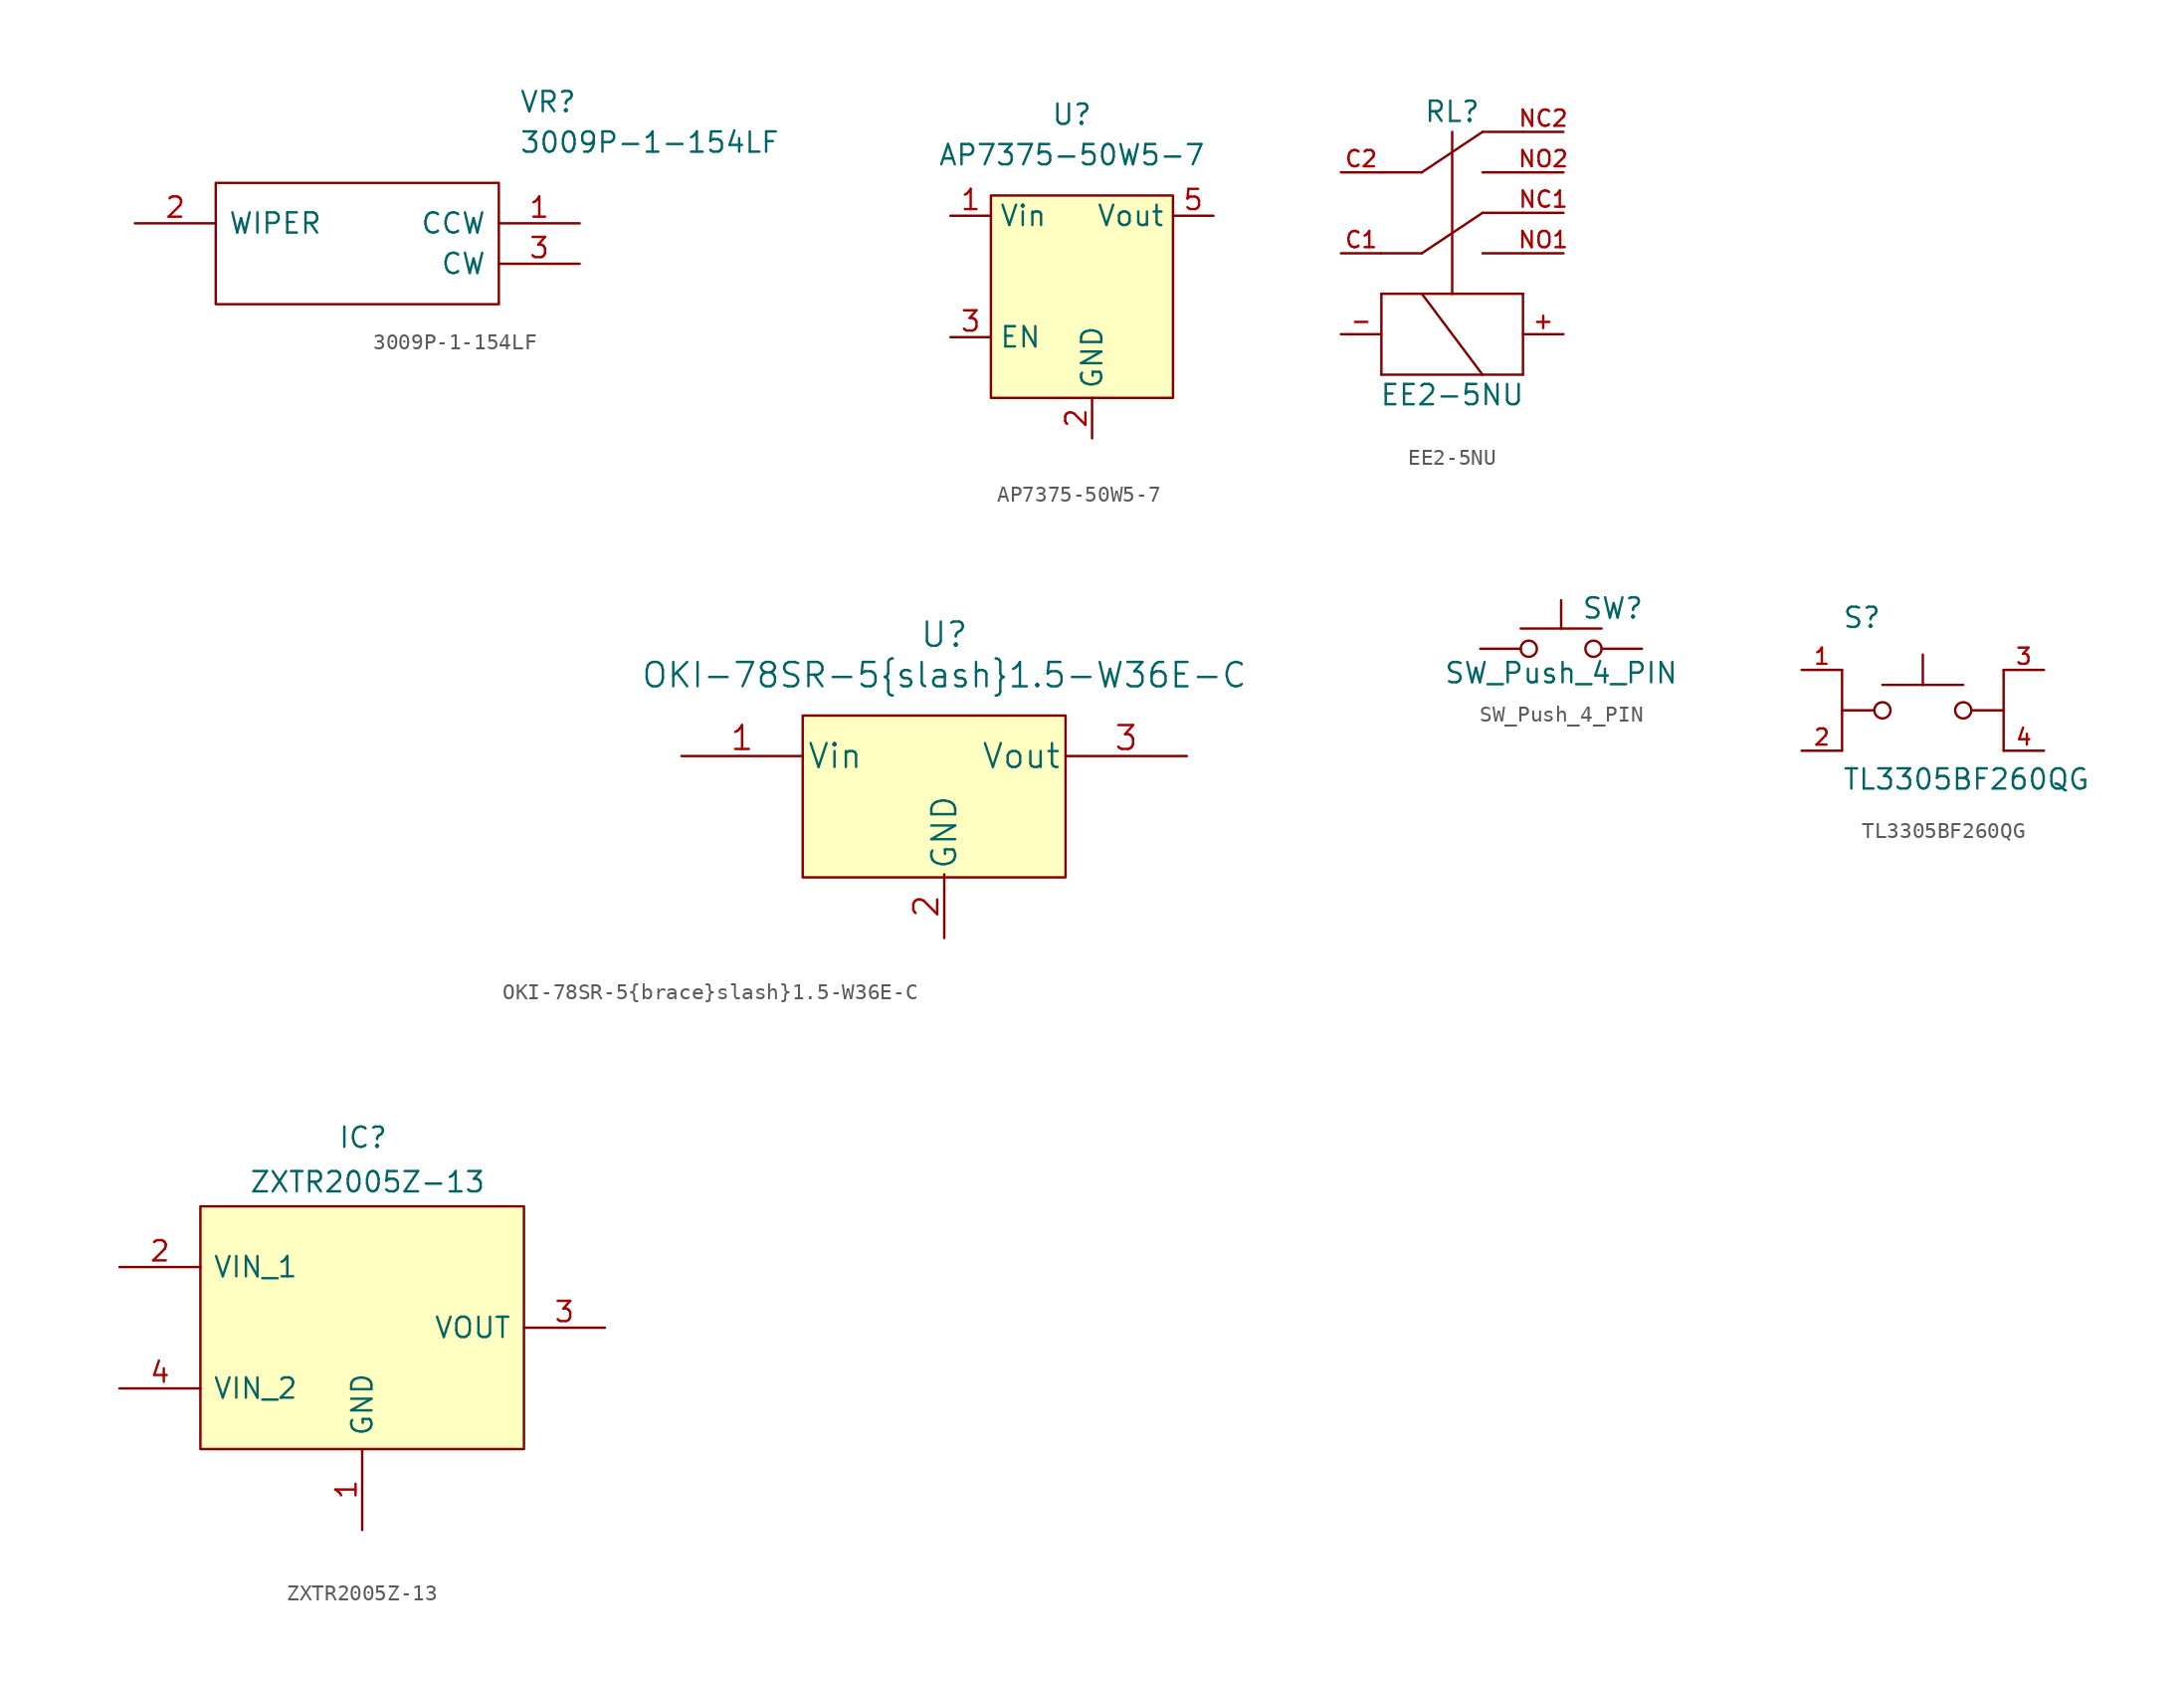
<source format=kicad_sym>
(kicad_symbol_lib
  (version 20231120)
  (generator "kicad_symbol_editor")
  (generator_version "8.0")
  (symbol "3009P-1-154LF"
    (pin_names
      (offset 0.762))
    (property "Reference" "VR"
      (at 24.13 7.62 0)
      (effects (font (size 1.27 1.27)) (justify left)))
    (property "Value" "3009P-1-154LF"
      (at 24.13 5.08 0)
      (effects (font (size 1.27 1.27)) (justify left)))
    (symbol "3009P-1-154LF_0_0"
      (pin passive line (at 27.94 0 180) (length 5.08) (name "CCW" (effects (font (size 1.27 1.27)))) (number "1" (effects (font (size 1.27 1.27)))))
      (pin passive line (at 0 0 0) (length 5.08) (name "WIPER" (effects (font (size 1.27 1.27)))) (number "2" (effects (font (size 1.27 1.27)))))
      (pin passive line (at 27.94 -2.54 180) (length 5.08) (name "CW" (effects (font (size 1.27 1.27)))) (number "3" (effects (font (size 1.27 1.27))))))
    (symbol "3009P-1-154LF_0_1"
      (polyline (pts (xy 5.08 2.54) (xy 22.86 2.54) (xy 22.86 -5.08) (xy 5.08 -5.08) (xy 5.08 2.54)) (stroke (width 0.152) (type solid)) (fill (type none)))))
  (symbol "AP7375-50W5-7"
    (property "Reference" "U"
      (at 0 10.16 0)
      (effects (font (size 1.27 1.27))))
    (property "Value" "AP7375-50W5-7"
      (at 0 7.62 0)
      (effects (font (size 1.27 1.27))))
    (symbol "AP7375-50W5-7_0_1"
      (rectangle (start -5.08 5.08) (end 6.35 -7.62) (stroke (width 0) (type default)) (fill (type background))))
    (symbol "AP7375-50W5-7_1_1"
      (pin input line (at -7.62 3.81 0) (length 2.54) (name "Vin" (effects (font (size 1.27 1.27)))) (number "1" (effects (font (size 1.27 1.27)))))
      (pin passive line (at 1.27 -10.16 90) (length 2.54) (name "GND" (effects (font (size 1.27 1.27)))) (number "2" (effects (font (size 1.27 1.27)))))
      (pin input line (at -7.62 -3.81 0) (length 2.54) (name "EN" (effects (font (size 1.27 1.27)))) (number "3" (effects (font (size 1.27 1.27)))))
      (pin output line (at 8.89 3.81 180) (length 2.54) (name "Vout" (effects (font (size 1.27 1.27)))) (number "5" (effects (font (size 1.27 1.27)))))))
  (symbol "EE2-5NU"
    (pin_names
      (offset 1.016))
    (property "Reference" "RL"
      (at 1.905 8.89 0)
      (effects (font (size 1.27 1.27))))
    (property "Value" "EE2-5NU"
      (at 1.905 -8.89 0)
      (effects (font (size 1.27 1.27))))
    (symbol "EE2-5NU_0_0"
      (polyline (pts (xy -2.54 -7.62) (xy -2.54 -2.54)) (stroke (width 0.152) (type default)) (fill (type none)))
      (polyline (pts (xy -2.54 -2.54) (xy 0 -2.54)) (stroke (width 0.152) (type default)) (fill (type none)))
      (polyline (pts (xy -2.54 0) (xy 0 0)) (stroke (width 0.152) (type default)) (fill (type none)))
      (polyline (pts (xy -2.54 5.08) (xy 0 5.08)) (stroke (width 0.152) (type default)) (fill (type none)))
      (polyline (pts (xy 0 -2.54) (xy 1.905 -2.54)) (stroke (width 0.152) (type default)) (fill (type none)))
      (polyline (pts (xy 0 -2.54) (xy 3.81 -7.62)) (stroke (width 0.152) (type default)) (fill (type none)))
      (polyline (pts (xy 0 0) (xy 3.81 2.54)) (stroke (width 0.152) (type default)) (fill (type none)))
      (polyline (pts (xy 0 5.08) (xy 3.81 7.62)) (stroke (width 0.152) (type default)) (fill (type none)))
      (polyline (pts (xy 1.905 -2.54) (xy 1.905 7.62)) (stroke (width 0.152) (type default)) (fill (type none)))
      (polyline (pts (xy 1.905 -2.54) (xy 6.35 -2.54)) (stroke (width 0.152) (type default)) (fill (type none)))
      (polyline (pts (xy 3.81 -7.62) (xy -2.54 -7.62)) (stroke (width 0.152) (type default)) (fill (type none)))
      (polyline (pts (xy 3.81 0) (xy 6.35 0)) (stroke (width 0.152) (type default)) (fill (type none)))
      (polyline (pts (xy 3.81 2.54) (xy 6.35 2.54)) (stroke (width 0.152) (type default)) (fill (type none)))
      (polyline (pts (xy 3.81 5.08) (xy 6.35 5.08)) (stroke (width 0.152) (type default)) (fill (type none)))
      (polyline (pts (xy 3.81 7.62) (xy 6.35 7.62)) (stroke (width 0.152) (type default)) (fill (type none)))
      (polyline (pts (xy 6.35 -7.62) (xy 3.81 -7.62)) (stroke (width 0.152) (type default)) (fill (type none)))
      (polyline (pts (xy 6.35 -2.54) (xy 6.35 -7.62)) (stroke (width 0.152) (type default)) (fill (type none)))
      (pin bidirectional line (at 8.89 -5.08 180) (length 2.54) (name "~" (effects (font (size 1.016 1.016)))) (number "+" (effects (font (size 1.016 1.016)))))
      (pin bidirectional line (at -5.08 -5.08 0) (length 2.54) (name "~" (effects (font (size 1.016 1.016)))) (number "-" (effects (font (size 1.016 1.016)))))
      (pin bidirectional line (at -5.08 0 0) (length 2.54) (name "~" (effects (font (size 1.016 1.016)))) (number "C1" (effects (font (size 1.016 1.016)))))
      (pin bidirectional line (at -5.08 5.08 0) (length 2.54) (name "~" (effects (font (size 1.016 1.016)))) (number "C2" (effects (font (size 1.016 1.016)))))
      (pin bidirectional line (at 8.89 2.54 180) (length 2.54) (name "~" (effects (font (size 1.016 1.016)))) (number "NC1" (effects (font (size 1.016 1.016)))))
      (pin bidirectional line (at 8.89 7.62 180) (length 2.54) (name "~" (effects (font (size 1.016 1.016)))) (number "NC2" (effects (font (size 1.016 1.016)))))
      (pin bidirectional line (at 8.89 0 180) (length 2.54) (name "~" (effects (font (size 1.016 1.016)))) (number "NO1" (effects (font (size 1.016 1.016)))))
      (pin bidirectional line (at 8.89 5.08 180) (length 2.54) (name "~" (effects (font (size 1.016 1.016)))) (number "NO2" (effects (font (size 1.016 1.016)))))))
  (symbol "OKI-78SR-5{brace}slash}1.5-W36E-C"
    (pin_names
      (offset 0.254))
    (property "Reference" "U"
      (at 48.26 7.62 0)
      (effects (font (size 1.524 1.524))))
    (property "Value" "OKI-78SR-5{brace}slash}1.5-W36E-C"
      (at 48.26 5.08 0)
      (effects (font (size 1.524 1.524))))
    (property "Datasheet" ""
      (at 0 0 0)
      (effects (font (size 1.524 1.524))))
    (symbol "OKI-78SR-5{brace}slash}1.5-W36E-C_0_1"
      (rectangle (start 39.37 2.54) (end 55.88 -7.62) (stroke (width 0) (type default)) (fill (type background))))
    (symbol "OKI-78SR-5{brace}slash}1.5-W36E-C_1_1"
      (pin input line (at 31.75 0 0) (length 7.62) (name "Vin" (effects (font (size 1.499 1.499)))) (number "1" (effects (font (size 1.499 1.499)))))
      (pin power_in line (at 48.26 -11.43 90) (length 4) (name "GND" (effects (font (size 1.499 1.499)))) (number "2" (effects (font (size 1.499 1.499)))))
      (pin output line (at 63.5 0 180) (length 7.62) (name "Vout" (effects (font (size 1.499 1.499)))) (number "3" (effects (font (size 1.499 1.499)))))))
  (symbol "SW_Push_4_PIN"
    (pin_numbers hide)
    (pin_names
      (offset 1.016) hide)
    (property "Reference" "SW"
      (at 1.27 2.54 0)
      (effects (font (size 1.27 1.27)) (justify left)))
    (property "Value" "SW_Push_4_PIN"
      (at 0 -1.524 0)
      (effects (font (size 1.27 1.27))))
    (symbol "SW_Push_4_PIN_0_1"
      (circle (center -2.032 0) (radius 0.508) (stroke (width 0) (type default)) (fill (type none)))
      (polyline (pts (xy 0 1.27) (xy 0 3.048)) (stroke (width 0) (type default)) (fill (type none)))
      (polyline (pts (xy 2.54 1.27) (xy -2.54 1.27)) (stroke (width 0) (type default)) (fill (type none)))
      (circle (center 2.032 0) (radius 0.508) (stroke (width 0) (type default)) (fill (type none)))
      (pin passive line (at -5.08 0 0) (length 2.54) (name "1" (effects (font (size 1.27 1.27)))) (number "1" (effects (font (size 1.27 1.27)))))
      (pin passive line (at 5.08 0 180) (length 2.54) (name "2" (effects (font (size 1.27 1.27)))) (number "2" (effects (font (size 1.27 1.27)))))))
  (symbol "TL3305BF260QG"
    (pin_names
      (offset 1.016) hide)
    (property "Reference" "S"
      (at -5.08 5.08 0)
      (effects (font (size 1.27 1.27)) (justify left bottom)))
    (property "Value" "TL3305BF260QG"
      (at -5.08 -5.08 0)
      (effects (font (size 1.27 1.27)) (justify left bottom)))
    (property "ki_locked" ""
      (at 0 0 0)
      (effects (font (size 1.27 1.27))))
    (symbol "TL3305BF260QG_0_0"
      (circle (center -2.54 0) (radius 0.508) (stroke (width 0.152) (type default)) (fill (type none)))
      (polyline (pts (xy -5.08 0) (xy -3.048 0)) (stroke (width 0.152) (type default)) (fill (type none)))
      (polyline (pts (xy -5.08 2.54) (xy -5.08 -2.54)) (stroke (width 0.152) (type default)) (fill (type none)))
      (polyline (pts (xy -2.54 1.6) (xy 0 1.6)) (stroke (width 0.152) (type default)) (fill (type none)))
      (polyline (pts (xy 0 1.6) (xy 0 3.505)) (stroke (width 0.152) (type default)) (fill (type none)))
      (polyline (pts (xy 0 1.6) (xy 2.54 1.6)) (stroke (width 0.152) (type default)) (fill (type none)))
      (polyline (pts (xy 5.08 0) (xy 3.048 0)) (stroke (width 0.152) (type default)) (fill (type none)))
      (polyline (pts (xy 5.08 2.54) (xy 5.08 -2.54)) (stroke (width 0.152) (type default)) (fill (type none)))
      (circle (center 2.54 0) (radius 0.508) (stroke (width 0.152) (type default)) (fill (type none)))
      (pin passive line (at -7.62 2.54 0) (length 2.54) (name "~" (effects (font (size 1.016 1.016)))) (number "1" (effects (font (size 1.016 1.016)))))
      (pin passive line (at -7.62 -2.54 0) (length 2.54) (name "~" (effects (font (size 1.016 1.016)))) (number "2" (effects (font (size 1.016 1.016)))))
      (pin passive line (at 7.62 2.54 180) (length 2.54) (name "~" (effects (font (size 1.016 1.016)))) (number "3" (effects (font (size 1.016 1.016)))))
      (pin passive line (at 7.62 -2.54 180) (length 2.54) (name "~" (effects (font (size 1.016 1.016)))) (number "4" (effects (font (size 1.016 1.016)))))))
  (symbol "ZXTR2005Z-13"
    (pin_names
      (offset 0.762))
    (property "Reference" "IC"
      (at 13.716 11.938 0)
      (effects (font (size 1.27 1.27)) (justify left)))
    (property "Value" "ZXTR2005Z-13"
      (at 8.128 9.144 0)
      (effects (font (size 1.27 1.27)) (justify left)))
    (symbol "ZXTR2005Z-13_0_0"
      (pin passive line (at 15.24 -12.7 90) (length 5.08) (name "GND" (effects (font (size 1.27 1.27)))) (number "1" (effects (font (size 1.27 1.27)))))
      (pin passive line (at 0 3.81 0) (length 5.08) (name "VIN_1" (effects (font (size 1.27 1.27)))) (number "2" (effects (font (size 1.27 1.27)))))
      (pin passive line (at 30.48 0 180) (length 5.08) (name "VOUT" (effects (font (size 1.27 1.27)))) (number "3" (effects (font (size 1.27 1.27)))))
      (pin passive line (at 0 -3.81 0) (length 5.08) (name "VIN_2" (effects (font (size 1.27 1.27)))) (number "4" (effects (font (size 1.27 1.27))))))
    (symbol "ZXTR2005Z-13_1_1"
      (rectangle (start 5.08 7.62) (end 25.4 -7.62) (stroke (width 0) (type default)) (fill (type background))))))
</source>
